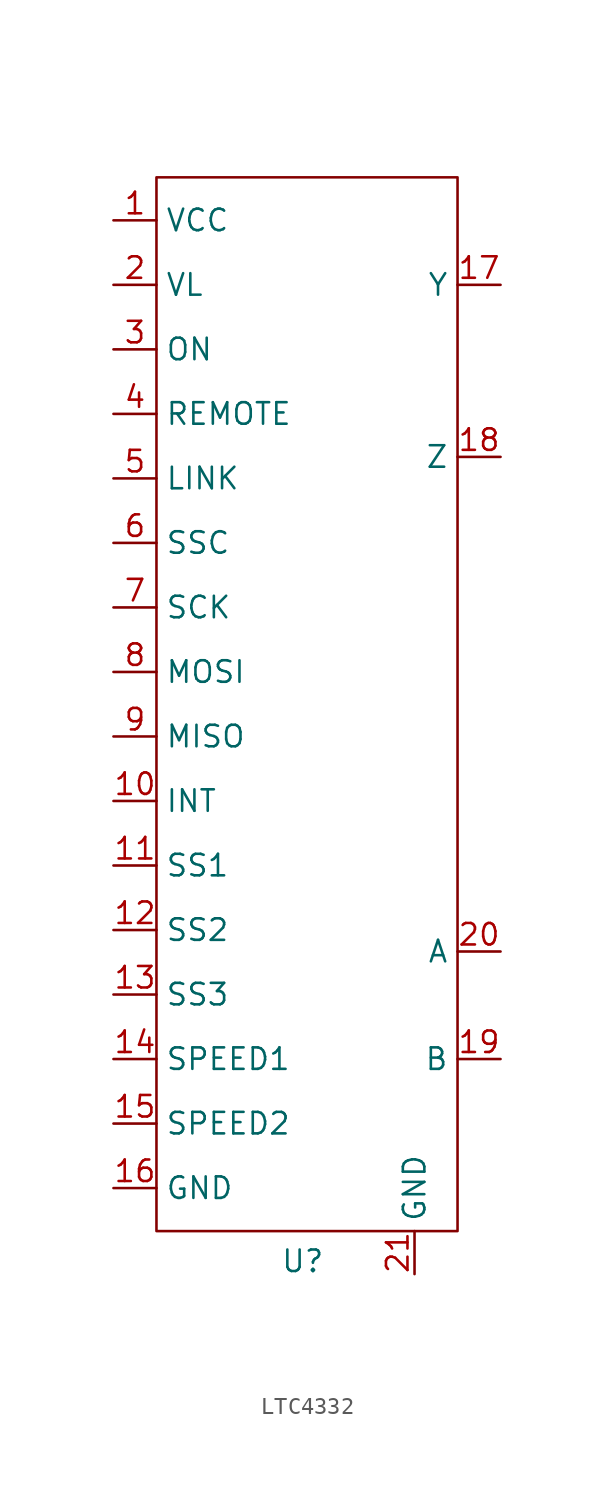
<source format=kicad_sym>
(kicad_symbol_lib
  (version 20241209)
  (generator "kicad_symbol_editor")
  (generator_version "9.0")
  (symbol "LTC4332"
    (property "Reference" "U"
      (at 4.826 -52.578 0)
      (effects (font (size 1.27 1.27))))
    (property "Value" ""
      (at 0 0 0)
      (effects (font (size 1.27 1.27))))
    (symbol "LTC4332_0_1"
      (rectangle (start -3.81 11.43) (end 13.97 -50.8) (stroke (width 0) (type default)) (fill (type none))))
    (symbol "LTC4332_1_1"
      (pin power_in line (at -6.35 8.89 0) (length 2.54) (name "VCC" (effects (font (size 1.27 1.27)))) (number "1" (effects (font (size 1.27 1.27)))))
      (pin input line (at -6.35 5.08 0) (length 2.54) (name "VL" (effects (font (size 1.27 1.27)))) (number "2" (effects (font (size 1.27 1.27)))))
      (pin input line (at -6.35 1.27 0) (length 2.54) (name "ON" (effects (font (size 1.27 1.27)))) (number "3" (effects (font (size 1.27 1.27)))))
      (pin input line (at -6.35 -2.54 0) (length 2.54) (name "REMOTE" (effects (font (size 1.27 1.27)))) (number "4" (effects (font (size 1.27 1.27)))))
      (pin input line (at -6.35 -6.35 0) (length 2.54) (name "LINK" (effects (font (size 1.27 1.27)))) (number "5" (effects (font (size 1.27 1.27)))))
      (pin input line (at -6.35 -10.16 0) (length 2.54) (name "SSC" (effects (font (size 1.27 1.27)))) (number "6" (effects (font (size 1.27 1.27)))))
      (pin input line (at -6.35 -13.97 0) (length 2.54) (name "SCK" (effects (font (size 1.27 1.27)))) (number "7" (effects (font (size 1.27 1.27)))))
      (pin input line (at -6.35 -17.78 0) (length 2.54) (name "MOSI" (effects (font (size 1.27 1.27)))) (number "8" (effects (font (size 1.27 1.27)))))
      (pin input line (at -6.35 -21.59 0) (length 2.54) (name "MISO" (effects (font (size 1.27 1.27)))) (number "9" (effects (font (size 1.27 1.27)))))
      (pin input line (at -6.35 -25.4 0) (length 2.54) (name "INT" (effects (font (size 1.27 1.27)))) (number "10" (effects (font (size 1.27 1.27)))))
      (pin input line (at -6.35 -29.21 0) (length 2.54) (name "SS1" (effects (font (size 1.27 1.27)))) (number "11" (effects (font (size 1.27 1.27)))))
      (pin input line (at -6.35 -33.02 0) (length 2.54) (name "SS2" (effects (font (size 1.27 1.27)))) (number "12" (effects (font (size 1.27 1.27)))))
      (pin input line (at -6.35 -36.83 0) (length 2.54) (name "SS3" (effects (font (size 1.27 1.27)))) (number "13" (effects (font (size 1.27 1.27)))))
      (pin input line (at -6.35 -40.64 0) (length 2.54) (name "SPEED1" (effects (font (size 1.27 1.27)))) (number "14" (effects (font (size 1.27 1.27)))))
      (pin input line (at -6.35 -44.45 0) (length 2.54) (name "SPEED2" (effects (font (size 1.27 1.27)))) (number "15" (effects (font (size 1.27 1.27)))))
      (pin input line (at -6.35 -48.26 0) (length 2.54) (name "GND" (effects (font (size 1.27 1.27)))) (number "16" (effects (font (size 1.27 1.27)))))
      (pin power_in line (at 11.43 -53.34 90) (length 2.54) (name "GND" (effects (font (size 1.27 1.27)))) (number "21" (effects (font (size 1.27 1.27)))))
      (pin power_in line (at 16.51 5.08 180) (length 2.54) (name "Y" (effects (font (size 1.27 1.27)))) (number "17" (effects (font (size 1.27 1.27)))))
      (pin power_in line (at 16.51 -5.08 180) (length 2.54) (name "Z" (effects (font (size 1.27 1.27)))) (number "18" (effects (font (size 1.27 1.27)))))
      (pin power_in line (at 16.51 -34.29 180) (length 2.54) (name "A" (effects (font (size 1.27 1.27)))) (number "20" (effects (font (size 1.27 1.27)))))
      (pin power_in line (at 16.51 -40.64 180) (length 2.54) (name "B" (effects (font (size 1.27 1.27)))) (number "19" (effects (font (size 1.27 1.27))))))))
</source>
